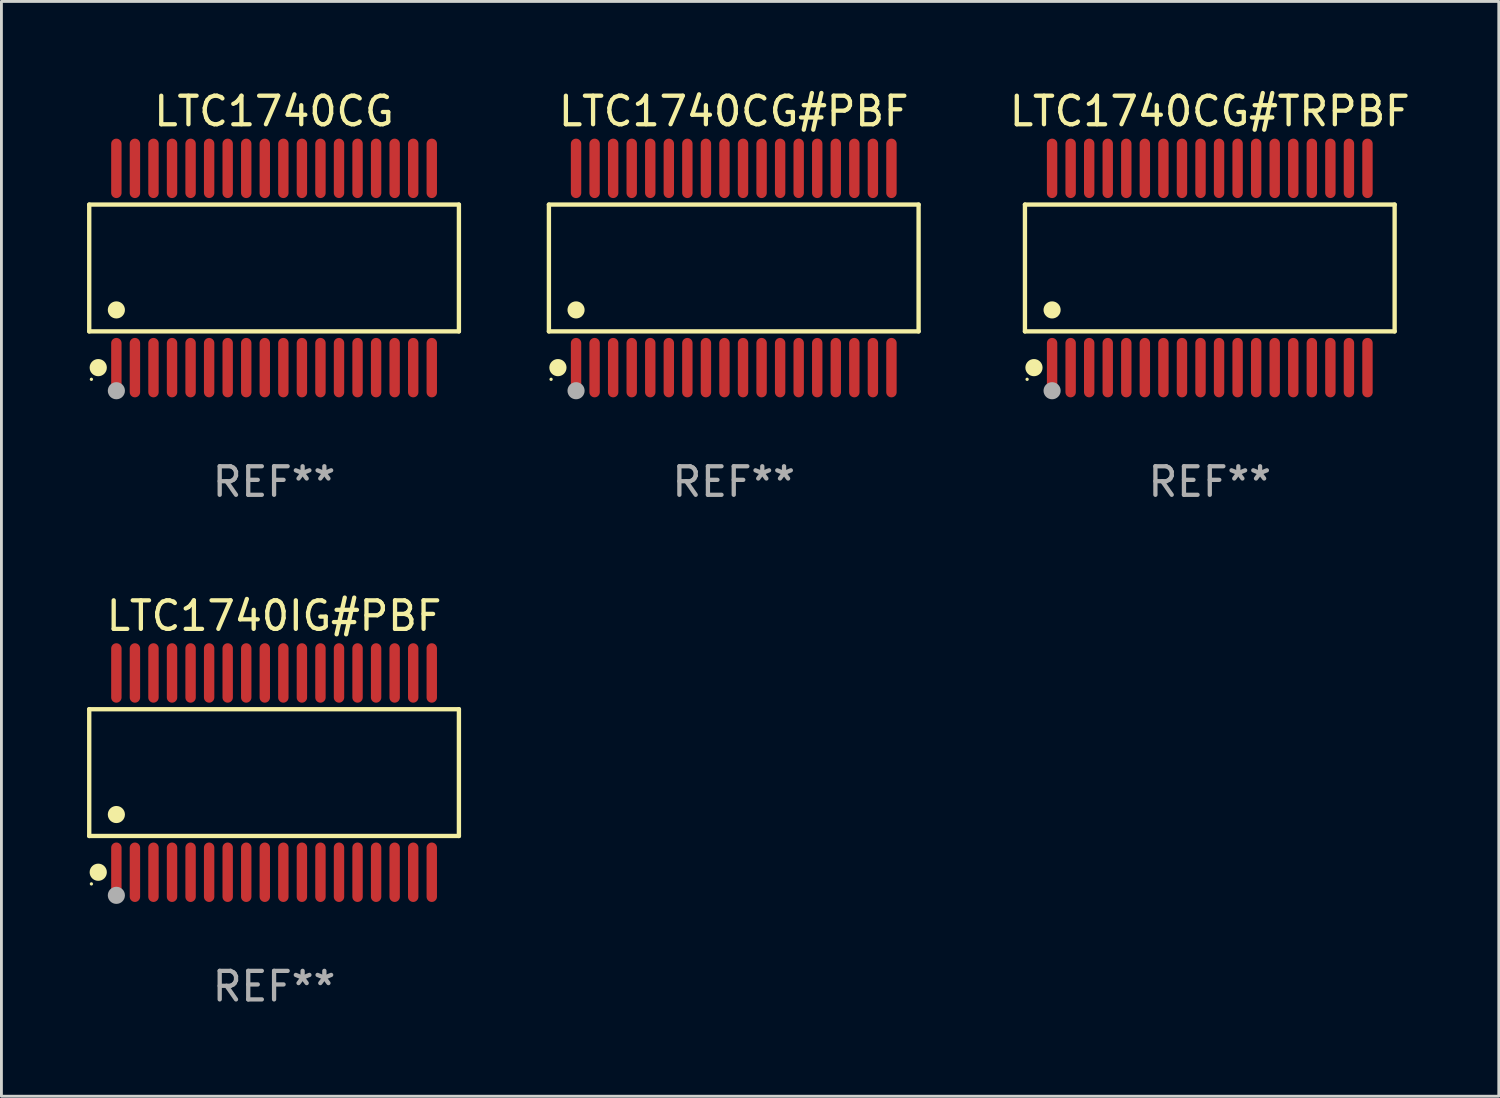
<source format=kicad_pcb>
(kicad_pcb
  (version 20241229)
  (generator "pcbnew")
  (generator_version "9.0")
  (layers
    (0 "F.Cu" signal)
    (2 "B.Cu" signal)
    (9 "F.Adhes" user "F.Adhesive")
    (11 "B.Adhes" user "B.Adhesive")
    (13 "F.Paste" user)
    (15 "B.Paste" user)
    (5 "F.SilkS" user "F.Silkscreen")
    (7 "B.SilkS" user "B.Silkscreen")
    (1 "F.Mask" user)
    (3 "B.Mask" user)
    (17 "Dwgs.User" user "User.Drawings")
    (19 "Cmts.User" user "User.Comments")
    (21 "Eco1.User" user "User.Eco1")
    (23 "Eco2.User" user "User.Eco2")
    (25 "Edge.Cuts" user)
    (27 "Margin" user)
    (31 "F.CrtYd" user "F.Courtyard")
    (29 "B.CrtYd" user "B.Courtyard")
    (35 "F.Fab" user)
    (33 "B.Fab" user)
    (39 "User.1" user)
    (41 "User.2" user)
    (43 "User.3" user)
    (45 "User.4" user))
  (footprint "LTC1740CG#TRPBF"
    (layer "F.Cu")
    (at 39.335 6.339)
    (property "Reference" "LTC1740CG#TRPBF" (at 0 -5.491 0) (layer "F.SilkS") (effects (font (size 1 1) (thickness 0.15))))
    (attr through_hole)
    (fp_line (start -6.476 -2.221) (end 6.476 -2.221) (stroke (width 0.152) (type solid)) (layer "F.SilkS"))
    (fp_line (start -6.476 2.221) (end -6.476 -2.221) (stroke (width 0.152) (type solid)) (layer "F.SilkS"))
    (fp_line (start 6.476 -2.221) (end 6.476 2.221) (stroke (width 0.152) (type solid)) (layer "F.SilkS"))
    (fp_line (start 6.476 2.221) (end -6.476 2.221) (stroke (width 0.152) (type solid)) (layer "F.SilkS"))
    (fp_circle (center -6.4 3.9) (end -6.37 3.9) (stroke (width 0.06) (type solid)) (fill no) (layer "F.SilkS"))
    (fp_circle (center -6.16 3.491) (end -6.009 3.491) (stroke (width 0.3) (type solid)) (fill no) (layer "F.SilkS"))
    (fp_circle (center -5.525 1.469) (end -5.375 1.469) (stroke (width 0.3) (type solid)) (fill no) (layer "F.SilkS"))
    (fp_circle (center -5.525 4.3) (end -5.375 4.3) (stroke (width 0.3) (type solid)) (fill no) (layer "F.Fab"))
    (fp_text user "REF**" (at 0 7.491 0) (layer "F.Fab") (effects (font (size 1 1) (thickness 0.15))))
    (pad "1" smd oval (at -5.525 3.491) (size 0.364 2.082) (layers "F.Cu" "F.Mask" "F.Paste"))
    (pad "2" smd oval (at -4.875 3.491) (size 0.364 2.082) (layers "F.Cu" "F.Mask" "F.Paste"))
    (pad "3" smd oval (at -4.225 3.491) (size 0.364 2.082) (layers "F.Cu" "F.Mask" "F.Paste"))
    (pad "4" smd oval (at -3.575 3.491) (size 0.364 2.082) (layers "F.Cu" "F.Mask" "F.Paste"))
    (pad "5" smd oval (at -2.925 3.491) (size 0.364 2.082) (layers "F.Cu" "F.Mask" "F.Paste"))
    (pad "6" smd oval (at -2.275 3.491) (size 0.364 2.082) (layers "F.Cu" "F.Mask" "F.Paste"))
    (pad "7" smd oval (at -1.625 3.491) (size 0.364 2.082) (layers "F.Cu" "F.Mask" "F.Paste"))
    (pad "8" smd oval (at -0.975 3.491) (size 0.364 2.082) (layers "F.Cu" "F.Mask" "F.Paste"))
    (pad "9" smd oval (at -0.325 3.491) (size 0.364 2.082) (layers "F.Cu" "F.Mask" "F.Paste"))
    (pad "10" smd oval (at 0.325 3.491) (size 0.364 2.082) (layers "F.Cu" "F.Mask" "F.Paste"))
    (pad "11" smd oval (at 0.975 3.491) (size 0.364 2.082) (layers "F.Cu" "F.Mask" "F.Paste"))
    (pad "12" smd oval (at 1.625 3.491) (size 0.364 2.082) (layers "F.Cu" "F.Mask" "F.Paste"))
    (pad "13" smd oval (at 2.275 3.491) (size 0.364 2.082) (layers "F.Cu" "F.Mask" "F.Paste"))
    (pad "14" smd oval (at 2.925 3.491) (size 0.364 2.082) (layers "F.Cu" "F.Mask" "F.Paste"))
    (pad "15" smd oval (at 3.575 3.491) (size 0.364 2.082) (layers "F.Cu" "F.Mask" "F.Paste"))
    (pad "16" smd oval (at 4.225 3.491) (size 0.364 2.082) (layers "F.Cu" "F.Mask" "F.Paste"))
    (pad "17" smd oval (at 4.875 3.491) (size 0.364 2.082) (layers "F.Cu" "F.Mask" "F.Paste"))
    (pad "18" smd oval (at 5.525 3.491) (size 0.364 2.082) (layers "F.Cu" "F.Mask" "F.Paste"))
    (pad "19" smd oval (at 5.525 -3.491) (size 0.364 2.082) (layers "F.Cu" "F.Mask" "F.Paste"))
    (pad "20" smd oval (at 4.875 -3.491) (size 0.364 2.082) (layers "F.Cu" "F.Mask" "F.Paste"))
    (pad "21" smd oval (at 4.225 -3.491) (size 0.364 2.082) (layers "F.Cu" "F.Mask" "F.Paste"))
    (pad "22" smd oval (at 3.575 -3.491) (size 0.364 2.082) (layers "F.Cu" "F.Mask" "F.Paste"))
    (pad "23" smd oval (at 2.925 -3.491) (size 0.364 2.082) (layers "F.Cu" "F.Mask" "F.Paste"))
    (pad "24" smd oval (at 2.275 -3.491) (size 0.364 2.082) (layers "F.Cu" "F.Mask" "F.Paste"))
    (pad "25" smd oval (at 1.625 -3.491) (size 0.364 2.082) (layers "F.Cu" "F.Mask" "F.Paste"))
    (pad "26" smd oval (at 0.975 -3.491) (size 0.364 2.082) (layers "F.Cu" "F.Mask" "F.Paste"))
    (pad "27" smd oval (at 0.325 -3.491) (size 0.364 2.082) (layers "F.Cu" "F.Mask" "F.Paste"))
    (pad "28" smd oval (at -0.325 -3.491) (size 0.364 2.082) (layers "F.Cu" "F.Mask" "F.Paste"))
    (pad "29" smd oval (at -0.975 -3.491) (size 0.364 2.082) (layers "F.Cu" "F.Mask" "F.Paste"))
    (pad "30" smd oval (at -1.625 -3.491) (size 0.364 2.082) (layers "F.Cu" "F.Mask" "F.Paste"))
    (pad "31" smd oval (at -2.275 -3.491) (size 0.364 2.082) (layers "F.Cu" "F.Mask" "F.Paste"))
    (pad "32" smd oval (at -2.925 -3.491) (size 0.364 2.082) (layers "F.Cu" "F.Mask" "F.Paste"))
    (pad "33" smd oval (at -3.575 -3.491) (size 0.364 2.082) (layers "F.Cu" "F.Mask" "F.Paste"))
    (pad "34" smd oval (at -4.225 -3.491) (size 0.364 2.082) (layers "F.Cu" "F.Mask" "F.Paste"))
    (pad "35" smd oval (at -4.875 -3.491) (size 0.364 2.082) (layers "F.Cu" "F.Mask" "F.Paste"))
    (pad "36" smd oval (at -5.525 -3.491) (size 0.364 2.082) (layers "F.Cu" "F.Mask" "F.Paste")))
  (footprint "LTC1740IG#PBF"
    (layer "F.Cu")
    (at 6.552 24.018)
    (property "Reference" "LTC1740IG#PBF" (at 0 -5.491 0) (layer "F.SilkS") (effects (font (size 1 1) (thickness 0.15))))
    (attr through_hole)
    (fp_line (start -6.476 -2.221) (end 6.476 -2.221) (stroke (width 0.152) (type solid)) (layer "F.SilkS"))
    (fp_line (start -6.476 2.221) (end -6.476 -2.221) (stroke (width 0.152) (type solid)) (layer "F.SilkS"))
    (fp_line (start 6.476 -2.221) (end 6.476 2.221) (stroke (width 0.152) (type solid)) (layer "F.SilkS"))
    (fp_line (start 6.476 2.221) (end -6.476 2.221) (stroke (width 0.152) (type solid)) (layer "F.SilkS"))
    (fp_circle (center -6.4 3.9) (end -6.37 3.9) (stroke (width 0.06) (type solid)) (fill no) (layer "F.SilkS"))
    (fp_circle (center -6.16 3.491) (end -6.009 3.491) (stroke (width 0.3) (type solid)) (fill no) (layer "F.SilkS"))
    (fp_circle (center -5.525 1.469) (end -5.375 1.469) (stroke (width 0.3) (type solid)) (fill no) (layer "F.SilkS"))
    (fp_circle (center -5.525 4.3) (end -5.375 4.3) (stroke (width 0.3) (type solid)) (fill no) (layer "F.Fab"))
    (fp_text user "REF**" (at 0 7.491 0) (layer "F.Fab") (effects (font (size 1 1) (thickness 0.15))))
    (pad "1" smd oval (at -5.525 3.491) (size 0.364 2.082) (layers "F.Cu" "F.Mask" "F.Paste"))
    (pad "2" smd oval (at -4.875 3.491) (size 0.364 2.082) (layers "F.Cu" "F.Mask" "F.Paste"))
    (pad "3" smd oval (at -4.225 3.491) (size 0.364 2.082) (layers "F.Cu" "F.Mask" "F.Paste"))
    (pad "4" smd oval (at -3.575 3.491) (size 0.364 2.082) (layers "F.Cu" "F.Mask" "F.Paste"))
    (pad "5" smd oval (at -2.925 3.491) (size 0.364 2.082) (layers "F.Cu" "F.Mask" "F.Paste"))
    (pad "6" smd oval (at -2.275 3.491) (size 0.364 2.082) (layers "F.Cu" "F.Mask" "F.Paste"))
    (pad "7" smd oval (at -1.625 3.491) (size 0.364 2.082) (layers "F.Cu" "F.Mask" "F.Paste"))
    (pad "8" smd oval (at -0.975 3.491) (size 0.364 2.082) (layers "F.Cu" "F.Mask" "F.Paste"))
    (pad "9" smd oval (at -0.325 3.491) (size 0.364 2.082) (layers "F.Cu" "F.Mask" "F.Paste"))
    (pad "10" smd oval (at 0.325 3.491) (size 0.364 2.082) (layers "F.Cu" "F.Mask" "F.Paste"))
    (pad "11" smd oval (at 0.975 3.491) (size 0.364 2.082) (layers "F.Cu" "F.Mask" "F.Paste"))
    (pad "12" smd oval (at 1.625 3.491) (size 0.364 2.082) (layers "F.Cu" "F.Mask" "F.Paste"))
    (pad "13" smd oval (at 2.275 3.491) (size 0.364 2.082) (layers "F.Cu" "F.Mask" "F.Paste"))
    (pad "14" smd oval (at 2.925 3.491) (size 0.364 2.082) (layers "F.Cu" "F.Mask" "F.Paste"))
    (pad "15" smd oval (at 3.575 3.491) (size 0.364 2.082) (layers "F.Cu" "F.Mask" "F.Paste"))
    (pad "16" smd oval (at 4.225 3.491) (size 0.364 2.082) (layers "F.Cu" "F.Mask" "F.Paste"))
    (pad "17" smd oval (at 4.875 3.491) (size 0.364 2.082) (layers "F.Cu" "F.Mask" "F.Paste"))
    (pad "18" smd oval (at 5.525 3.491) (size 0.364 2.082) (layers "F.Cu" "F.Mask" "F.Paste"))
    (pad "19" smd oval (at 5.525 -3.491) (size 0.364 2.082) (layers "F.Cu" "F.Mask" "F.Paste"))
    (pad "20" smd oval (at 4.875 -3.491) (size 0.364 2.082) (layers "F.Cu" "F.Mask" "F.Paste"))
    (pad "21" smd oval (at 4.225 -3.491) (size 0.364 2.082) (layers "F.Cu" "F.Mask" "F.Paste"))
    (pad "22" smd oval (at 3.575 -3.491) (size 0.364 2.082) (layers "F.Cu" "F.Mask" "F.Paste"))
    (pad "23" smd oval (at 2.925 -3.491) (size 0.364 2.082) (layers "F.Cu" "F.Mask" "F.Paste"))
    (pad "24" smd oval (at 2.275 -3.491) (size 0.364 2.082) (layers "F.Cu" "F.Mask" "F.Paste"))
    (pad "25" smd oval (at 1.625 -3.491) (size 0.364 2.082) (layers "F.Cu" "F.Mask" "F.Paste"))
    (pad "26" smd oval (at 0.975 -3.491) (size 0.364 2.082) (layers "F.Cu" "F.Mask" "F.Paste"))
    (pad "27" smd oval (at 0.325 -3.491) (size 0.364 2.082) (layers "F.Cu" "F.Mask" "F.Paste"))
    (pad "28" smd oval (at -0.325 -3.491) (size 0.364 2.082) (layers "F.Cu" "F.Mask" "F.Paste"))
    (pad "29" smd oval (at -0.975 -3.491) (size 0.364 2.082) (layers "F.Cu" "F.Mask" "F.Paste"))
    (pad "30" smd oval (at -1.625 -3.491) (size 0.364 2.082) (layers "F.Cu" "F.Mask" "F.Paste"))
    (pad "31" smd oval (at -2.275 -3.491) (size 0.364 2.082) (layers "F.Cu" "F.Mask" "F.Paste"))
    (pad "32" smd oval (at -2.925 -3.491) (size 0.364 2.082) (layers "F.Cu" "F.Mask" "F.Paste"))
    (pad "33" smd oval (at -3.575 -3.491) (size 0.364 2.082) (layers "F.Cu" "F.Mask" "F.Paste"))
    (pad "34" smd oval (at -4.225 -3.491) (size 0.364 2.082) (layers "F.Cu" "F.Mask" "F.Paste"))
    (pad "35" smd oval (at -4.875 -3.491) (size 0.364 2.082) (layers "F.Cu" "F.Mask" "F.Paste"))
    (pad "36" smd oval (at -5.525 -3.491) (size 0.364 2.082) (layers "F.Cu" "F.Mask" "F.Paste")))
  (footprint "LTC1740CG"
    (layer "F.Cu")
    (at 6.552 6.339)
    (property "Reference" "LTC1740CG" (at 0 -5.491 0) (layer "F.SilkS") (effects (font (size 1 1) (thickness 0.15))))
    (attr through_hole)
    (fp_line (start -6.476 -2.221) (end 6.476 -2.221) (stroke (width 0.152) (type solid)) (layer "F.SilkS"))
    (fp_line (start -6.476 2.221) (end -6.476 -2.221) (stroke (width 0.152) (type solid)) (layer "F.SilkS"))
    (fp_line (start 6.476 -2.221) (end 6.476 2.221) (stroke (width 0.152) (type solid)) (layer "F.SilkS"))
    (fp_line (start 6.476 2.221) (end -6.476 2.221) (stroke (width 0.152) (type solid)) (layer "F.SilkS"))
    (fp_circle (center -6.4 3.9) (end -6.37 3.9) (stroke (width 0.06) (type solid)) (fill no) (layer "F.SilkS"))
    (fp_circle (center -6.16 3.491) (end -6.009 3.491) (stroke (width 0.3) (type solid)) (fill no) (layer "F.SilkS"))
    (fp_circle (center -5.525 1.469) (end -5.375 1.469) (stroke (width 0.3) (type solid)) (fill no) (layer "F.SilkS"))
    (fp_circle (center -5.525 4.3) (end -5.375 4.3) (stroke (width 0.3) (type solid)) (fill no) (layer "F.Fab"))
    (fp_text user "REF**" (at 0 7.491 0) (layer "F.Fab") (effects (font (size 1 1) (thickness 0.15))))
    (pad "1" smd oval (at -5.525 3.491) (size 0.364 2.082) (layers "F.Cu" "F.Mask" "F.Paste"))
    (pad "2" smd oval (at -4.875 3.491) (size 0.364 2.082) (layers "F.Cu" "F.Mask" "F.Paste"))
    (pad "3" smd oval (at -4.225 3.491) (size 0.364 2.082) (layers "F.Cu" "F.Mask" "F.Paste"))
    (pad "4" smd oval (at -3.575 3.491) (size 0.364 2.082) (layers "F.Cu" "F.Mask" "F.Paste"))
    (pad "5" smd oval (at -2.925 3.491) (size 0.364 2.082) (layers "F.Cu" "F.Mask" "F.Paste"))
    (pad "6" smd oval (at -2.275 3.491) (size 0.364 2.082) (layers "F.Cu" "F.Mask" "F.Paste"))
    (pad "7" smd oval (at -1.625 3.491) (size 0.364 2.082) (layers "F.Cu" "F.Mask" "F.Paste"))
    (pad "8" smd oval (at -0.975 3.491) (size 0.364 2.082) (layers "F.Cu" "F.Mask" "F.Paste"))
    (pad "9" smd oval (at -0.325 3.491) (size 0.364 2.082) (layers "F.Cu" "F.Mask" "F.Paste"))
    (pad "10" smd oval (at 0.325 3.491) (size 0.364 2.082) (layers "F.Cu" "F.Mask" "F.Paste"))
    (pad "11" smd oval (at 0.975 3.491) (size 0.364 2.082) (layers "F.Cu" "F.Mask" "F.Paste"))
    (pad "12" smd oval (at 1.625 3.491) (size 0.364 2.082) (layers "F.Cu" "F.Mask" "F.Paste"))
    (pad "13" smd oval (at 2.275 3.491) (size 0.364 2.082) (layers "F.Cu" "F.Mask" "F.Paste"))
    (pad "14" smd oval (at 2.925 3.491) (size 0.364 2.082) (layers "F.Cu" "F.Mask" "F.Paste"))
    (pad "15" smd oval (at 3.575 3.491) (size 0.364 2.082) (layers "F.Cu" "F.Mask" "F.Paste"))
    (pad "16" smd oval (at 4.225 3.491) (size 0.364 2.082) (layers "F.Cu" "F.Mask" "F.Paste"))
    (pad "17" smd oval (at 4.875 3.491) (size 0.364 2.082) (layers "F.Cu" "F.Mask" "F.Paste"))
    (pad "18" smd oval (at 5.525 3.491) (size 0.364 2.082) (layers "F.Cu" "F.Mask" "F.Paste"))
    (pad "19" smd oval (at 5.525 -3.491) (size 0.364 2.082) (layers "F.Cu" "F.Mask" "F.Paste"))
    (pad "20" smd oval (at 4.875 -3.491) (size 0.364 2.082) (layers "F.Cu" "F.Mask" "F.Paste"))
    (pad "21" smd oval (at 4.225 -3.491) (size 0.364 2.082) (layers "F.Cu" "F.Mask" "F.Paste"))
    (pad "22" smd oval (at 3.575 -3.491) (size 0.364 2.082) (layers "F.Cu" "F.Mask" "F.Paste"))
    (pad "23" smd oval (at 2.925 -3.491) (size 0.364 2.082) (layers "F.Cu" "F.Mask" "F.Paste"))
    (pad "24" smd oval (at 2.275 -3.491) (size 0.364 2.082) (layers "F.Cu" "F.Mask" "F.Paste"))
    (pad "25" smd oval (at 1.625 -3.491) (size 0.364 2.082) (layers "F.Cu" "F.Mask" "F.Paste"))
    (pad "26" smd oval (at 0.975 -3.491) (size 0.364 2.082) (layers "F.Cu" "F.Mask" "F.Paste"))
    (pad "27" smd oval (at 0.325 -3.491) (size 0.364 2.082) (layers "F.Cu" "F.Mask" "F.Paste"))
    (pad "28" smd oval (at -0.325 -3.491) (size 0.364 2.082) (layers "F.Cu" "F.Mask" "F.Paste"))
    (pad "29" smd oval (at -0.975 -3.491) (size 0.364 2.082) (layers "F.Cu" "F.Mask" "F.Paste"))
    (pad "30" smd oval (at -1.625 -3.491) (size 0.364 2.082) (layers "F.Cu" "F.Mask" "F.Paste"))
    (pad "31" smd oval (at -2.275 -3.491) (size 0.364 2.082) (layers "F.Cu" "F.Mask" "F.Paste"))
    (pad "32" smd oval (at -2.925 -3.491) (size 0.364 2.082) (layers "F.Cu" "F.Mask" "F.Paste"))
    (pad "33" smd oval (at -3.575 -3.491) (size 0.364 2.082) (layers "F.Cu" "F.Mask" "F.Paste"))
    (pad "34" smd oval (at -4.225 -3.491) (size 0.364 2.082) (layers "F.Cu" "F.Mask" "F.Paste"))
    (pad "35" smd oval (at -4.875 -3.491) (size 0.364 2.082) (layers "F.Cu" "F.Mask" "F.Paste"))
    (pad "36" smd oval (at -5.525 -3.491) (size 0.364 2.082) (layers "F.Cu" "F.Mask" "F.Paste")))
  (footprint "LTC1740CG#PBF"
    (layer "F.Cu")
    (at 22.657 6.339)
    (property "Reference" "LTC1740CG#PBF" (at 0 -5.491 0) (layer "F.SilkS") (effects (font (size 1 1) (thickness 0.15))))
    (attr through_hole)
    (fp_line (start -6.476 -2.221) (end 6.476 -2.221) (stroke (width 0.152) (type solid)) (layer "F.SilkS"))
    (fp_line (start -6.476 2.221) (end -6.476 -2.221) (stroke (width 0.152) (type solid)) (layer "F.SilkS"))
    (fp_line (start 6.476 -2.221) (end 6.476 2.221) (stroke (width 0.152) (type solid)) (layer "F.SilkS"))
    (fp_line (start 6.476 2.221) (end -6.476 2.221) (stroke (width 0.152) (type solid)) (layer "F.SilkS"))
    (fp_circle (center -6.4 3.9) (end -6.37 3.9) (stroke (width 0.06) (type solid)) (fill no) (layer "F.SilkS"))
    (fp_circle (center -6.16 3.491) (end -6.009 3.491) (stroke (width 0.3) (type solid)) (fill no) (layer "F.SilkS"))
    (fp_circle (center -5.525 1.469) (end -5.375 1.469) (stroke (width 0.3) (type solid)) (fill no) (layer "F.SilkS"))
    (fp_circle (center -5.525 4.3) (end -5.375 4.3) (stroke (width 0.3) (type solid)) (fill no) (layer "F.Fab"))
    (fp_text user "REF**" (at 0 7.491 0) (layer "F.Fab") (effects (font (size 1 1) (thickness 0.15))))
    (pad "1" smd oval (at -5.525 3.491) (size 0.364 2.082) (layers "F.Cu" "F.Mask" "F.Paste"))
    (pad "2" smd oval (at -4.875 3.491) (size 0.364 2.082) (layers "F.Cu" "F.Mask" "F.Paste"))
    (pad "3" smd oval (at -4.225 3.491) (size 0.364 2.082) (layers "F.Cu" "F.Mask" "F.Paste"))
    (pad "4" smd oval (at -3.575 3.491) (size 0.364 2.082) (layers "F.Cu" "F.Mask" "F.Paste"))
    (pad "5" smd oval (at -2.925 3.491) (size 0.364 2.082) (layers "F.Cu" "F.Mask" "F.Paste"))
    (pad "6" smd oval (at -2.275 3.491) (size 0.364 2.082) (layers "F.Cu" "F.Mask" "F.Paste"))
    (pad "7" smd oval (at -1.625 3.491) (size 0.364 2.082) (layers "F.Cu" "F.Mask" "F.Paste"))
    (pad "8" smd oval (at -0.975 3.491) (size 0.364 2.082) (layers "F.Cu" "F.Mask" "F.Paste"))
    (pad "9" smd oval (at -0.325 3.491) (size 0.364 2.082) (layers "F.Cu" "F.Mask" "F.Paste"))
    (pad "10" smd oval (at 0.325 3.491) (size 0.364 2.082) (layers "F.Cu" "F.Mask" "F.Paste"))
    (pad "11" smd oval (at 0.975 3.491) (size 0.364 2.082) (layers "F.Cu" "F.Mask" "F.Paste"))
    (pad "12" smd oval (at 1.625 3.491) (size 0.364 2.082) (layers "F.Cu" "F.Mask" "F.Paste"))
    (pad "13" smd oval (at 2.275 3.491) (size 0.364 2.082) (layers "F.Cu" "F.Mask" "F.Paste"))
    (pad "14" smd oval (at 2.925 3.491) (size 0.364 2.082) (layers "F.Cu" "F.Mask" "F.Paste"))
    (pad "15" smd oval (at 3.575 3.491) (size 0.364 2.082) (layers "F.Cu" "F.Mask" "F.Paste"))
    (pad "16" smd oval (at 4.225 3.491) (size 0.364 2.082) (layers "F.Cu" "F.Mask" "F.Paste"))
    (pad "17" smd oval (at 4.875 3.491) (size 0.364 2.082) (layers "F.Cu" "F.Mask" "F.Paste"))
    (pad "18" smd oval (at 5.525 3.491) (size 0.364 2.082) (layers "F.Cu" "F.Mask" "F.Paste"))
    (pad "19" smd oval (at 5.525 -3.491) (size 0.364 2.082) (layers "F.Cu" "F.Mask" "F.Paste"))
    (pad "20" smd oval (at 4.875 -3.491) (size 0.364 2.082) (layers "F.Cu" "F.Mask" "F.Paste"))
    (pad "21" smd oval (at 4.225 -3.491) (size 0.364 2.082) (layers "F.Cu" "F.Mask" "F.Paste"))
    (pad "22" smd oval (at 3.575 -3.491) (size 0.364 2.082) (layers "F.Cu" "F.Mask" "F.Paste"))
    (pad "23" smd oval (at 2.925 -3.491) (size 0.364 2.082) (layers "F.Cu" "F.Mask" "F.Paste"))
    (pad "24" smd oval (at 2.275 -3.491) (size 0.364 2.082) (layers "F.Cu" "F.Mask" "F.Paste"))
    (pad "25" smd oval (at 1.625 -3.491) (size 0.364 2.082) (layers "F.Cu" "F.Mask" "F.Paste"))
    (pad "26" smd oval (at 0.975 -3.491) (size 0.364 2.082) (layers "F.Cu" "F.Mask" "F.Paste"))
    (pad "27" smd oval (at 0.325 -3.491) (size 0.364 2.082) (layers "F.Cu" "F.Mask" "F.Paste"))
    (pad "28" smd oval (at -0.325 -3.491) (size 0.364 2.082) (layers "F.Cu" "F.Mask" "F.Paste"))
    (pad "29" smd oval (at -0.975 -3.491) (size 0.364 2.082) (layers "F.Cu" "F.Mask" "F.Paste"))
    (pad "30" smd oval (at -1.625 -3.491) (size 0.364 2.082) (layers "F.Cu" "F.Mask" "F.Paste"))
    (pad "31" smd oval (at -2.275 -3.491) (size 0.364 2.082) (layers "F.Cu" "F.Mask" "F.Paste"))
    (pad "32" smd oval (at -2.925 -3.491) (size 0.364 2.082) (layers "F.Cu" "F.Mask" "F.Paste"))
    (pad "33" smd oval (at -3.575 -3.491) (size 0.364 2.082) (layers "F.Cu" "F.Mask" "F.Paste"))
    (pad "34" smd oval (at -4.225 -3.491) (size 0.364 2.082) (layers "F.Cu" "F.Mask" "F.Paste"))
    (pad "35" smd oval (at -4.875 -3.491) (size 0.364 2.082) (layers "F.Cu" "F.Mask" "F.Paste"))
    (pad "36" smd oval (at -5.525 -3.491) (size 0.364 2.082) (layers "F.Cu" "F.Mask" "F.Paste")))
  (gr_rect
    (start -3 -3)
    (end 49.46 35.357)
    (stroke (width 0.1) (type default))
    (fill no)
    (layer "Edge.Cuts")))
</source>
